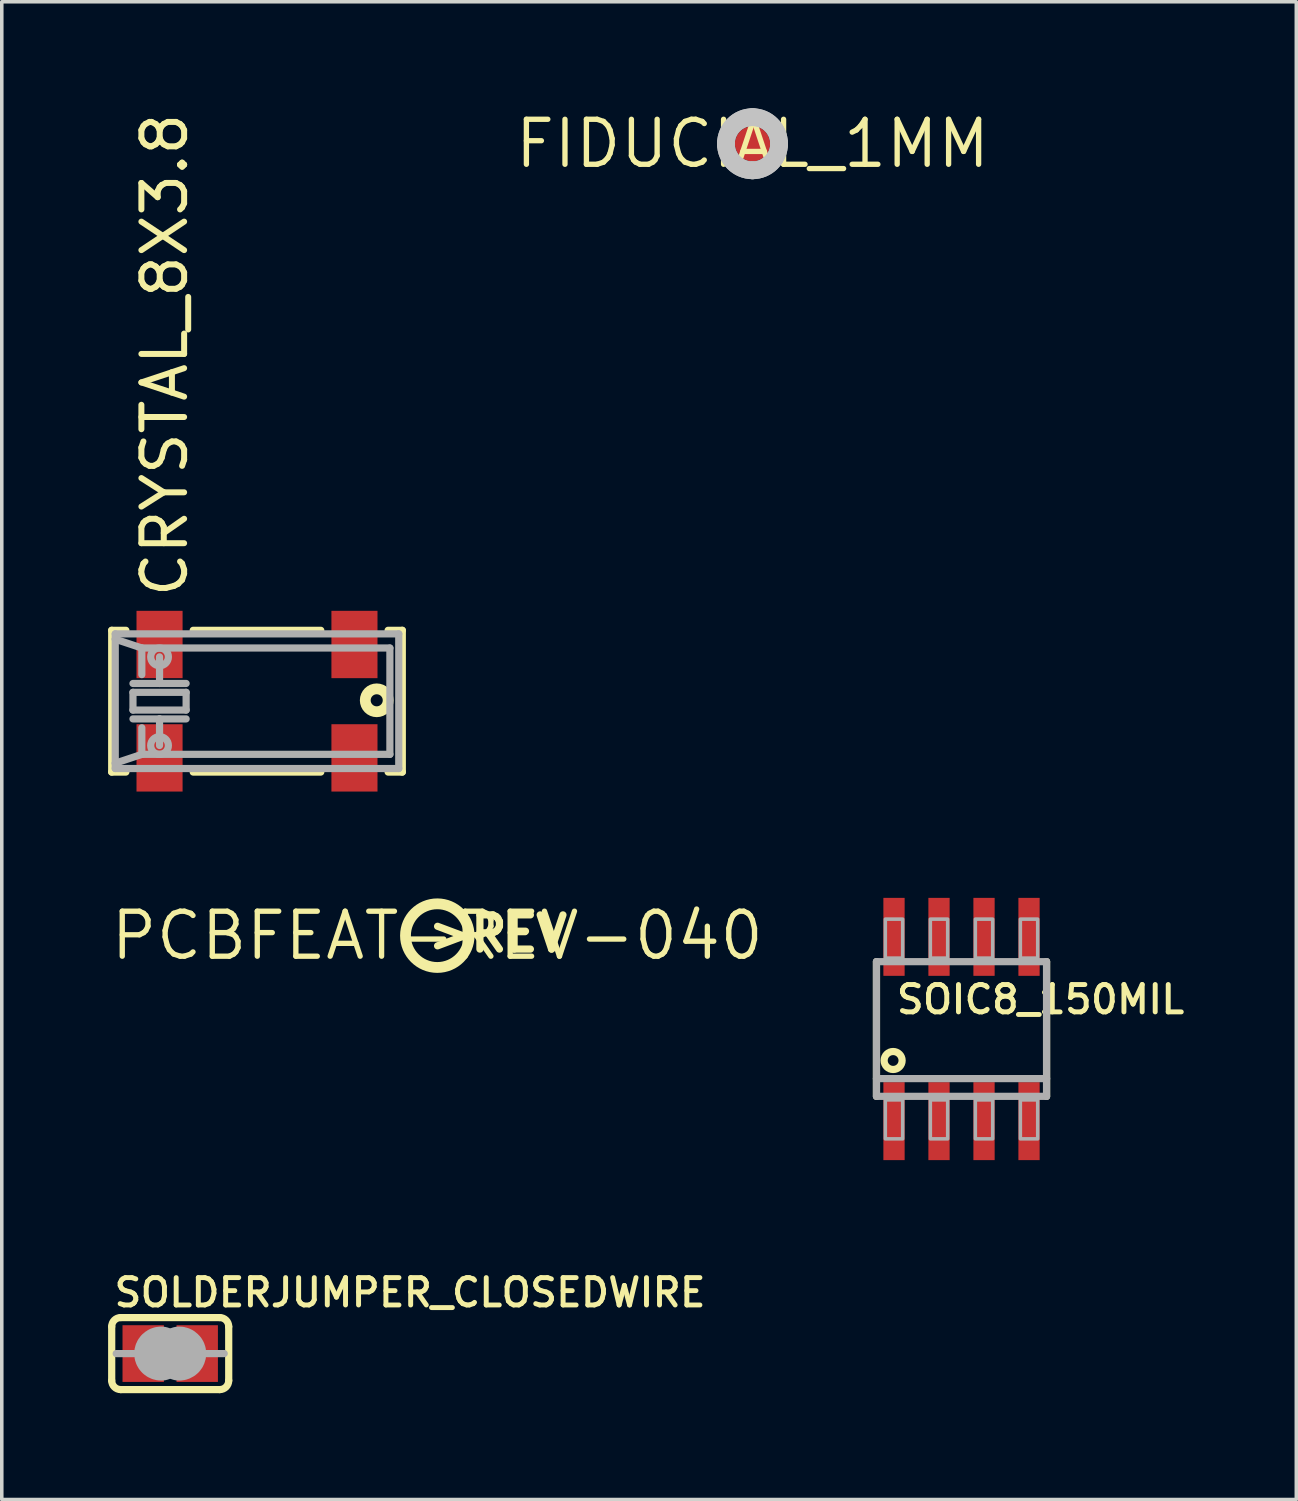
<source format=kicad_pcb>
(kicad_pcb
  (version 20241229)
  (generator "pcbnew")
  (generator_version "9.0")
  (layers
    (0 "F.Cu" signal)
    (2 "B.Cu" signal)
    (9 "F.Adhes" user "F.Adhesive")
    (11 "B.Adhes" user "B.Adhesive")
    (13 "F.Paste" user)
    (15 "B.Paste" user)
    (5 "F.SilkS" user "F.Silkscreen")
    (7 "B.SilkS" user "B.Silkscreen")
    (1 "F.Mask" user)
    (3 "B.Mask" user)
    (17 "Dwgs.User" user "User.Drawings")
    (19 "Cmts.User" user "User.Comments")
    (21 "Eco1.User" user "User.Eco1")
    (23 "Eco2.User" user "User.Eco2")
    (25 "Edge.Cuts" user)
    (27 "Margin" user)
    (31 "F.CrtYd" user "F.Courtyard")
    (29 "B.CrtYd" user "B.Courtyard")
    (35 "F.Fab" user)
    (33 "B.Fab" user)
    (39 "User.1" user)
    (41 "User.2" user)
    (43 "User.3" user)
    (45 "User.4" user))
  (footprint "FIDUCIAL_1MM"
    (layer "F.Cu")
    (at 18.184 1.006)
    (property "Reference" "FIDUCIAL_1MM" (at 0 0 0) (layer "F.SilkS") (effects (font (size 1.27 1.27) (thickness 0.15))))
    (attr through_hole)
    (fp_arc (start -0.75 0) (mid -0.53033 -0.53033) (end 0 -0.75) (stroke (width 0.5) (type solid)) (layer "F.Mask"))
    (fp_arc (start 0 -0.75) (mid 0.53033 -0.53033) (end 0.75 0) (stroke (width 0.5) (type solid)) (layer "F.Mask"))
    (fp_arc (start 0 0.75) (mid -0.53033 0.53033) (end -0.75 0) (stroke (width 0.5) (type solid)) (layer "F.Mask"))
    (fp_arc (start 0.75 0) (mid 0.53033 0.53033) (end 0 0.75) (stroke (width 0.5) (type solid)) (layer "F.Mask"))
    (fp_arc (start -0.75 0) (mid -0.53033 -0.53033) (end 0 -0.75) (stroke (width 0.5) (type solid)) (layer "Dwgs.User"))
    (fp_arc (start -0.75 0) (mid -0.53033 -0.53033) (end 0 -0.75) (stroke (width 0.5) (type solid)) (layer "Dwgs.User"))
    (fp_arc (start 0 -0.75) (mid 0.53033 -0.53033) (end 0.75 0) (stroke (width 0.5) (type solid)) (layer "Dwgs.User"))
    (fp_arc (start 0 -0.75) (mid 0.53033 -0.53033) (end 0.75 0) (stroke (width 0.5) (type solid)) (layer "Dwgs.User"))
    (fp_arc (start 0 0.75) (mid -0.53033 0.53033) (end -0.75 0) (stroke (width 0.5) (type solid)) (layer "Dwgs.User"))
    (fp_arc (start 0 0.75) (mid -0.53033 0.53033) (end -0.75 0) (stroke (width 0.5) (type solid)) (layer "Dwgs.User"))
    (fp_arc (start 0.75 0) (mid 0.53033 0.53033) (end 0 0.75) (stroke (width 0.5) (type solid)) (layer "Dwgs.User"))
    (fp_arc (start 0.75 0) (mid 0.53033 0.53033) (end 0 0.75) (stroke (width 0.5) (type solid)) (layer "Dwgs.User"))
    (pad "1" smd roundrect (at 0 0) (size 1 1) (layers "F.Cu" "F.Mask") (roundrect_rratio 0.5)))
  (footprint "SOLDERJUMPER_CLOSEDWIRE"
    (layer "F.Cu")
    (at 1.753 35.145)
    (property "Reference" "SOLDERJUMPER_CLOSEDWIRE" (at -1.651 -1.27 180) (layer "F.SilkS") (effects (font (size 0.772 0.772) (thickness 0.139)) (justify left bottom)))
    (attr through_hole)
    (fp_poly (pts (xy -1.27 -0.762) (xy 1.27 -0.762) (xy 1.27 0.762) (xy -1.27 0.762)) (stroke (width 0) (type solid)) (fill yes) (layer "F.Mask"))
    (fp_line (start -1.651 0.762) (end -1.651 -0.762) (stroke (width 0.203) (type solid)) (layer "F.SilkS"))
    (fp_line (start -1.397 -1.016) (end 1.397 -1.016) (stroke (width 0.203) (type solid)) (layer "F.SilkS"))
    (fp_line (start 1.397 1.016) (end -1.397 1.016) (stroke (width 0.203) (type solid)) (layer "F.SilkS"))
    (fp_line (start 1.651 0.762) (end 1.651 -0.762) (stroke (width 0.203) (type solid)) (layer "F.SilkS"))
    (fp_arc (start -1.651 -0.762) (mid -1.576605 -0.941605) (end -1.397 -1.016) (stroke (width 0.2032) (type solid)) (layer "F.SilkS"))
    (fp_arc (start -1.397 1.016) (mid -1.576605 0.941605) (end -1.651 0.762) (stroke (width 0.2032) (type solid)) (layer "F.SilkS"))
    (fp_arc (start 1.397 -1.016) (mid 1.576605 -0.941605) (end 1.651 -0.762) (stroke (width 0.2032) (type solid)) (layer "F.SilkS"))
    (fp_arc (start 1.651 0.762) (mid 1.576605 0.941605) (end 1.397 1.016) (stroke (width 0.2032) (type solid)) (layer "F.SilkS"))
    (fp_line (start -1.016 0) (end -1.524 0) (stroke (width 0.203) (type solid)) (layer "F.Fab"))
    (fp_line (start 1.016 0) (end 1.524 0) (stroke (width 0.203) (type solid)) (layer "F.Fab"))
    (fp_arc (start -0.254 0.127) (mid -0.381 0) (end -0.254 -0.127) (stroke (width 1.27) (type solid)) (layer "F.Fab"))
    (fp_arc (start 0.254 -0.127) (mid 0.381 0) (end 0.254 0.127) (stroke (width 1.27) (type solid)) (layer "F.Fab"))
    (pad "1" smd rect (at -0.762 0) (size 1.168 1.6) (layers "F.Cu" "F.Mask"))
    (pad "2" smd rect (at 0.762 0) (size 1.168 1.6) (layers "F.Cu" "F.Mask"))
    (pad "WIRE" smd rect (at 0 0) (size 0.635 0.203) (layers "F.Cu" "F.Mask")))
  (footprint "CRYSTAL_8X3.8"
    (layer "F.Cu")
    (at 4.202 16.736)
    (property "Reference" "CRYSTAL_8X3.8" (at -1.9 -2.854 90) (layer "F.SilkS") (effects (font (size 1.206 1.206) (thickness 0.169)) (justify left bottom)))
    (attr through_hole)
    (fp_line (start -4.1 -2) (end -4.1 2) (stroke (width 0.203) (type solid)) (layer "F.SilkS"))
    (fp_line (start -4.1 2) (end -3.7 2) (stroke (width 0.203) (type solid)) (layer "F.SilkS"))
    (fp_line (start -3.7 -2) (end -4.1 -2) (stroke (width 0.203) (type solid)) (layer "F.SilkS"))
    (fp_line (start -1.8 -2) (end 1.8 -2) (stroke (width 0.203) (type solid)) (layer "F.SilkS"))
    (fp_line (start -1.8 2) (end 1.8 2) (stroke (width 0.203) (type solid)) (layer "F.SilkS"))
    (fp_line (start 3.7 -2) (end 4.1 -2) (stroke (width 0.203) (type solid)) (layer "F.SilkS"))
    (fp_line (start 4.1 -2) (end 4.1 2) (stroke (width 0.203) (type solid)) (layer "F.SilkS"))
    (fp_line (start 4.1 2) (end 3.7 2) (stroke (width 0.203) (type solid)) (layer "F.SilkS"))
    (fp_circle (center 3.378 -0.025) (end 3.701 -0.025) (stroke (width 0.305) (type solid)) (fill no) (layer "F.SilkS"))
    (fp_line (start -4 -1.9) (end 4 -1.9) (stroke (width 0.203) (type solid)) (layer "F.Fab"))
    (fp_line (start -4 -1.75) (end -4 -1.9) (stroke (width 0.203) (type solid)) (layer "F.Fab"))
    (fp_line (start -4 -1.75) (end -3.25 -1.5) (stroke (width 0.203) (type solid)) (layer "F.Fab"))
    (fp_line (start -4 1.75) (end -4 -1.75) (stroke (width 0.203) (type solid)) (layer "F.Fab"))
    (fp_line (start -4 1.75) (end -3.25 1.5) (stroke (width 0.203) (type solid)) (layer "F.Fab"))
    (fp_line (start -4 1.9) (end -4 1.75) (stroke (width 0.203) (type solid)) (layer "F.Fab"))
    (fp_line (start -3.5 -0.5) (end -2.75 -0.5) (stroke (width 0.203) (type solid)) (layer "F.Fab"))
    (fp_line (start -3.5 -0.25) (end -2 -0.25) (stroke (width 0.203) (type solid)) (layer "F.Fab"))
    (fp_line (start -3.5 0.25) (end -3.5 -0.25) (stroke (width 0.203) (type solid)) (layer "F.Fab"))
    (fp_line (start -3.5 0.5) (end -2.75 0.5) (stroke (width 0.203) (type solid)) (layer "F.Fab"))
    (fp_line (start -3.25 -1.5) (end -3.25 -0.75) (stroke (width 0.203) (type solid)) (layer "F.Fab"))
    (fp_line (start -3.25 -1.5) (end 3.75 -1.5) (stroke (width 0.203) (type solid)) (layer "F.Fab"))
    (fp_line (start -3.25 1.5) (end -3.25 0.75) (stroke (width 0.203) (type solid)) (layer "F.Fab"))
    (fp_line (start -2.75 -0.5) (end -2.75 -1.25) (stroke (width 0.203) (type solid)) (layer "F.Fab"))
    (fp_line (start -2.75 -0.5) (end -2 -0.5) (stroke (width 0.203) (type solid)) (layer "F.Fab"))
    (fp_line (start -2.75 0.5) (end -2.75 1.25) (stroke (width 0.203) (type solid)) (layer "F.Fab"))
    (fp_line (start -2.75 0.5) (end -2 0.5) (stroke (width 0.203) (type solid)) (layer "F.Fab"))
    (fp_line (start -2 -0.25) (end -2 0.25) (stroke (width 0.203) (type solid)) (layer "F.Fab"))
    (fp_line (start -2 0.25) (end -3.5 0.25) (stroke (width 0.203) (type solid)) (layer "F.Fab"))
    (fp_line (start 3.75 -1.5) (end 3.75 1.5) (stroke (width 0.203) (type solid)) (layer "F.Fab"))
    (fp_line (start 3.75 1.5) (end -3.25 1.5) (stroke (width 0.203) (type solid)) (layer "F.Fab"))
    (fp_line (start 4 -1.9) (end 4 1.9) (stroke (width 0.203) (type solid)) (layer "F.Fab"))
    (fp_line (start 4 1.9) (end -4 1.9) (stroke (width 0.203) (type solid)) (layer "F.Fab"))
    (fp_circle (center -2.75 -1.25) (end -2.5 -1.25) (stroke (width 0.203) (type solid)) (fill no) (layer "F.Fab"))
    (fp_circle (center -2.75 1.25) (end -2.5 1.25) (stroke (width 0.203) (type solid)) (fill no) (layer "F.Fab"))
    (pad "P$1" smd rect (at -2.75 1.6) (size 1.3 1.9) (layers "F.Cu" "F.Mask" "F.Paste"))
    (pad "P$2" smd rect (at 2.75 1.6) (size 1.3 1.9) (layers "F.Cu" "F.Mask" "F.Paste"))
    (pad "P$3" smd rect (at 2.75 -1.6) (size 1.3 1.9) (layers "F.Cu" "F.Mask" "F.Paste"))
    (pad "P$4" smd rect (at -2.75 -1.6) (size 1.3 1.9) (layers "F.Cu" "F.Mask" "F.Paste")))
  (footprint "SOIC8_150MIL"
    (layer "F.Cu")
    (at 24.082 25.986)
    (property "Reference" "SOIC8_150MIL" (at -1.905 -0.381 0) (layer "F.SilkS") (effects (font (size 0.772 0.772) (thickness 0.139)) (justify left bottom)))
    (attr through_hole)
    (fp_line (start -2.4 1.9) (end -2.4 -1.9) (stroke (width 0.203) (type solid)) (layer "F.SilkS"))
    (fp_line (start 2.4 -1.9) (end 2.4 1.9) (stroke (width 0.203) (type solid)) (layer "F.SilkS"))
    (fp_circle (center -1.93 0.889) (end -1.676 0.889) (stroke (width 0.203) (type solid)) (fill no) (layer "F.SilkS"))
    (fp_line (start -2.4 -1.9) (end 2.4 -1.9) (stroke (width 0.203) (type solid)) (layer "F.Fab"))
    (fp_line (start -2.4 1.4) (end -2.4 -1.9) (stroke (width 0.203) (type solid)) (layer "F.Fab"))
    (fp_line (start -2.4 1.9) (end -2.4 1.4) (stroke (width 0.203) (type solid)) (layer "F.Fab"))
    (fp_line (start 2.4 -1.9) (end 2.4 1.4) (stroke (width 0.203) (type solid)) (layer "F.Fab"))
    (fp_line (start 2.4 1.4) (end -2.4 1.4) (stroke (width 0.203) (type solid)) (layer "F.Fab"))
    (fp_line (start 2.4 1.4) (end 2.4 1.9) (stroke (width 0.203) (type solid)) (layer "F.Fab"))
    (fp_line (start 2.4 1.9) (end -2.4 1.9) (stroke (width 0.203) (type solid)) (layer "F.Fab"))
    (fp_poly (pts (xy -2.15 -2) (xy -1.66 -2) (xy -1.66 -3.1) (xy -2.15 -3.1)) (stroke (width 0.1) (type solid)) (fill no) (layer "F.Fab"))
    (fp_poly (pts (xy -2.15 3.1) (xy -1.66 3.1) (xy -1.66 2) (xy -2.15 2)) (stroke (width 0.1) (type solid)) (fill no) (layer "F.Fab"))
    (fp_poly (pts (xy -0.88 -2) (xy -0.39 -2) (xy -0.39 -3.1) (xy -0.88 -3.1)) (stroke (width 0.1) (type solid)) (fill no) (layer "F.Fab"))
    (fp_poly (pts (xy -0.88 3.1) (xy -0.39 3.1) (xy -0.39 2) (xy -0.88 2)) (stroke (width 0.1) (type solid)) (fill no) (layer "F.Fab"))
    (fp_poly (pts (xy 0.39 -2) (xy 0.88 -2) (xy 0.88 -3.1) (xy 0.39 -3.1)) (stroke (width 0.1) (type solid)) (fill no) (layer "F.Fab"))
    (fp_poly (pts (xy 0.39 3.1) (xy 0.88 3.1) (xy 0.88 2) (xy 0.39 2)) (stroke (width 0.1) (type solid)) (fill no) (layer "F.Fab"))
    (fp_poly (pts (xy 1.66 -2) (xy 2.15 -2) (xy 2.15 -3.1) (xy 1.66 -3.1)) (stroke (width 0.1) (type solid)) (fill no) (layer "F.Fab"))
    (fp_poly (pts (xy 1.66 3.1) (xy 2.15 3.1) (xy 2.15 2) (xy 1.66 2)) (stroke (width 0.1) (type solid)) (fill no) (layer "F.Fab"))
    (pad "1" smd rect (at -1.905 2.6) (size 0.6 2.2) (layers "F.Cu" "F.Mask" "F.Paste"))
    (pad "2" smd rect (at -0.635 2.6) (size 0.6 2.2) (layers "F.Cu" "F.Mask" "F.Paste"))
    (pad "3" smd rect (at 0.635 2.6) (size 0.6 2.2) (layers "F.Cu" "F.Mask" "F.Paste"))
    (pad "4" smd rect (at 1.905 2.6) (size 0.6 2.2) (layers "F.Cu" "F.Mask" "F.Paste"))
    (pad "5" smd rect (at 1.905 -2.6) (size 0.6 2.2) (layers "F.Cu" "F.Mask" "F.Paste"))
    (pad "6" smd rect (at 0.635 -2.6) (size 0.6 2.2) (layers "F.Cu" "F.Mask" "F.Paste"))
    (pad "7" smd rect (at -0.635 -2.6) (size 0.6 2.2) (layers "F.Cu" "F.Mask" "F.Paste"))
    (pad "8" smd rect (at -1.905 -2.6) (size 0.6 2.2) (layers "F.Cu" "F.Mask" "F.Paste")))
  (footprint "PCBFEAT-REV-040"
    (layer "F.Cu")
    (at 9.29 23.352)
    (property "Reference" "PCBFEAT-REV-040" (at 0 0 0) (layer "F.SilkS") (effects (font (size 1.27 1.27) (thickness 0.15))))
    (attr through_hole)
    (fp_circle (center 0 0) (end 0.898 0) (stroke (width 0.305) (type solid)) (fill no) (layer "F.SilkS"))
    (fp_text user ">REV" (at -0.356 0.508 0) (layer "F.SilkS") (effects (font (size 0.965 0.965) (thickness 0.203)) (justify left bottom))))
  (gr_rect
    (start -3 -3)
    (end 33.529 39.262)
    (stroke (width 0.1) (type default))
    (fill no)
    (layer "Edge.Cuts")))
</source>
